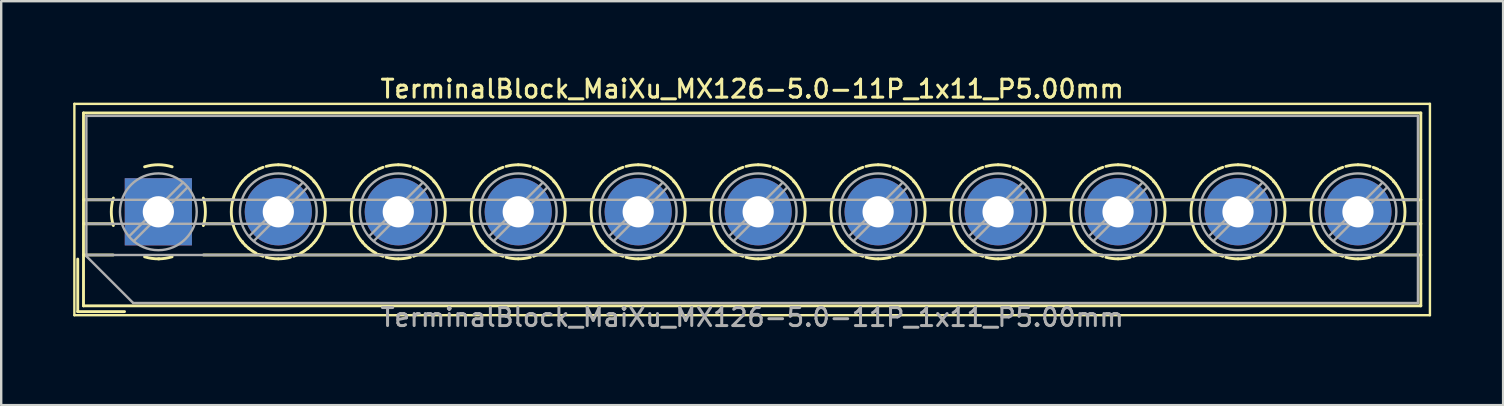
<source format=kicad_pcb>
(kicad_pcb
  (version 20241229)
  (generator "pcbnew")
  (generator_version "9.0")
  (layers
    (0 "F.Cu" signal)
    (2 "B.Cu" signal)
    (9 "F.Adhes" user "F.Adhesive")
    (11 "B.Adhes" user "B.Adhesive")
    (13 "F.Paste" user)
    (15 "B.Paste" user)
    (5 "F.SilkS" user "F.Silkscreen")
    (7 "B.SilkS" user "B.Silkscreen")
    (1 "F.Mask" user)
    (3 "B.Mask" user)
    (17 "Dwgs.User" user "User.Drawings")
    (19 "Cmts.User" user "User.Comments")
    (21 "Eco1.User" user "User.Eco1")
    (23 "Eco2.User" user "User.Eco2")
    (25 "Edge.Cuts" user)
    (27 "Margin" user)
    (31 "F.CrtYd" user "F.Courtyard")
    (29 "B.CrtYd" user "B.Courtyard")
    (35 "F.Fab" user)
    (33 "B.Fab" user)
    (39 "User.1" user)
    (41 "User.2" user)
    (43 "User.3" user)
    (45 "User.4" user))
  (footprint "TerminalBlock_MaiXu_MX126-5.0-11P_1x11_P5.00mm"
    (layer "F.Cu")
    (at 3.55 5.778)
    (property "Reference" "TerminalBlock_MaiXu_MX126-5.0-11P_1x11_P5.00mm" (at 24.75 -5.12 0) (layer "F.SilkS") (effects (font (size 0.75 0.75) (thickness 0.125))))
    (attr through_hole)
    (fp_line (start -3.5 -4.5) (end -3.5 4.31) (stroke (width 0.1) (type solid)) (layer "F.SilkS"))
    (fp_line (start -3.5 4.31) (end 53 4.31) (stroke (width 0.1) (type solid)) (layer "F.SilkS"))
    (fp_line (start -3.36 1.97) (end -3.36 4.16) (stroke (width 0.12) (type solid)) (layer "F.SilkS"))
    (fp_line (start -3.36 4.16) (end -1.41 4.16) (stroke (width 0.12) (type solid)) (layer "F.SilkS"))
    (fp_line (start -3.12 -4.12) (end -3.12 3.92) (stroke (width 0.12) (type solid)) (layer "F.SilkS"))
    (fp_line (start -3.12 -4.12) (end 52.62 -4.12) (stroke (width 0.12) (type solid)) (layer "F.SilkS"))
    (fp_line (start -3.12 -0.5) (end -1.88 -0.5) (stroke (width 0.12) (type solid)) (layer "F.SilkS"))
    (fp_line (start -3.12 0.5) (end -1.88 0.5) (stroke (width 0.12) (type solid)) (layer "F.SilkS"))
    (fp_line (start -3.12 1.8) (end -1.88 1.8) (stroke (width 0.12) (type solid)) (layer "F.SilkS"))
    (fp_line (start -3.12 3.92) (end 52.62 3.92) (stroke (width 0.12) (type solid)) (layer "F.SilkS"))
    (fp_line (start 1.88 -0.5) (end 3.165 -0.5) (stroke (width 0.12) (type solid)) (layer "F.SilkS"))
    (fp_line (start 1.88 0.5) (end 3.165 0.5) (stroke (width 0.12) (type solid)) (layer "F.SilkS"))
    (fp_line (start 1.88 1.8) (end 4.331 1.8) (stroke (width 0.12) (type solid)) (layer "F.SilkS"))
    (fp_line (start 3.514 1.248) (end 3.514 1.248) (stroke (width 0.12) (type solid)) (layer "F.SilkS"))
    (fp_line (start 5.67 1.8) (end 9.331 1.8) (stroke (width 0.12) (type solid)) (layer "F.SilkS"))
    (fp_line (start 6.487 -1.248) (end 6.487 -1.248) (stroke (width 0.12) (type solid)) (layer "F.SilkS"))
    (fp_line (start 6.836 -0.5) (end 8.165 -0.5) (stroke (width 0.12) (type solid)) (layer "F.SilkS"))
    (fp_line (start 6.836 0.5) (end 8.165 0.5) (stroke (width 0.12) (type solid)) (layer "F.SilkS"))
    (fp_line (start 8.514 1.248) (end 8.514 1.248) (stroke (width 0.12) (type solid)) (layer "F.SilkS"))
    (fp_line (start 10.67 1.8) (end 14.331 1.8) (stroke (width 0.12) (type solid)) (layer "F.SilkS"))
    (fp_line (start 11.487 -1.248) (end 11.487 -1.248) (stroke (width 0.12) (type solid)) (layer "F.SilkS"))
    (fp_line (start 11.836 -0.5) (end 13.165 -0.5) (stroke (width 0.12) (type solid)) (layer "F.SilkS"))
    (fp_line (start 11.836 0.5) (end 13.165 0.5) (stroke (width 0.12) (type solid)) (layer "F.SilkS"))
    (fp_line (start 13.514 1.248) (end 13.514 1.248) (stroke (width 0.12) (type solid)) (layer "F.SilkS"))
    (fp_line (start 15.67 1.8) (end 19.331 1.8) (stroke (width 0.12) (type solid)) (layer "F.SilkS"))
    (fp_line (start 16.487 -1.248) (end 16.487 -1.248) (stroke (width 0.12) (type solid)) (layer "F.SilkS"))
    (fp_line (start 16.836 -0.5) (end 18.165 -0.5) (stroke (width 0.12) (type solid)) (layer "F.SilkS"))
    (fp_line (start 16.836 0.5) (end 18.165 0.5) (stroke (width 0.12) (type solid)) (layer "F.SilkS"))
    (fp_line (start 18.514 1.248) (end 18.514 1.248) (stroke (width 0.12) (type solid)) (layer "F.SilkS"))
    (fp_line (start 20.67 1.8) (end 24.331 1.8) (stroke (width 0.12) (type solid)) (layer "F.SilkS"))
    (fp_line (start 21.487 -1.248) (end 21.487 -1.248) (stroke (width 0.12) (type solid)) (layer "F.SilkS"))
    (fp_line (start 21.836 -0.5) (end 23.165 -0.5) (stroke (width 0.12) (type solid)) (layer "F.SilkS"))
    (fp_line (start 21.836 0.5) (end 23.165 0.5) (stroke (width 0.12) (type solid)) (layer "F.SilkS"))
    (fp_line (start 23.514 1.248) (end 23.514 1.248) (stroke (width 0.12) (type solid)) (layer "F.SilkS"))
    (fp_line (start 25.67 1.8) (end 29.331 1.8) (stroke (width 0.12) (type solid)) (layer "F.SilkS"))
    (fp_line (start 26.487 -1.248) (end 26.487 -1.248) (stroke (width 0.12) (type solid)) (layer "F.SilkS"))
    (fp_line (start 26.836 -0.5) (end 28.165 -0.5) (stroke (width 0.12) (type solid)) (layer "F.SilkS"))
    (fp_line (start 26.836 0.5) (end 28.165 0.5) (stroke (width 0.12) (type solid)) (layer "F.SilkS"))
    (fp_line (start 28.514 1.248) (end 28.514 1.248) (stroke (width 0.12) (type solid)) (layer "F.SilkS"))
    (fp_line (start 30.67 1.8) (end 34.331 1.8) (stroke (width 0.12) (type solid)) (layer "F.SilkS"))
    (fp_line (start 31.487 -1.248) (end 31.487 -1.248) (stroke (width 0.12) (type solid)) (layer "F.SilkS"))
    (fp_line (start 31.836 -0.5) (end 33.165 -0.5) (stroke (width 0.12) (type solid)) (layer "F.SilkS"))
    (fp_line (start 31.836 0.5) (end 33.165 0.5) (stroke (width 0.12) (type solid)) (layer "F.SilkS"))
    (fp_line (start 33.514 1.248) (end 33.514 1.248) (stroke (width 0.12) (type solid)) (layer "F.SilkS"))
    (fp_line (start 35.67 1.8) (end 39.331 1.8) (stroke (width 0.12) (type solid)) (layer "F.SilkS"))
    (fp_line (start 36.487 -1.248) (end 36.487 -1.248) (stroke (width 0.12) (type solid)) (layer "F.SilkS"))
    (fp_line (start 36.836 -0.5) (end 38.165 -0.5) (stroke (width 0.12) (type solid)) (layer "F.SilkS"))
    (fp_line (start 36.836 0.5) (end 38.165 0.5) (stroke (width 0.12) (type solid)) (layer "F.SilkS"))
    (fp_line (start 38.514 1.248) (end 38.514 1.248) (stroke (width 0.12) (type solid)) (layer "F.SilkS"))
    (fp_line (start 40.67 1.8) (end 44.331 1.8) (stroke (width 0.12) (type solid)) (layer "F.SilkS"))
    (fp_line (start 41.487 -1.248) (end 41.487 -1.248) (stroke (width 0.12) (type solid)) (layer "F.SilkS"))
    (fp_line (start 41.836 -0.5) (end 43.165 -0.5) (stroke (width 0.12) (type solid)) (layer "F.SilkS"))
    (fp_line (start 41.836 0.5) (end 43.165 0.5) (stroke (width 0.12) (type solid)) (layer "F.SilkS"))
    (fp_line (start 43.514 1.248) (end 43.514 1.248) (stroke (width 0.12) (type solid)) (layer "F.SilkS"))
    (fp_line (start 45.67 1.8) (end 49.331 1.8) (stroke (width 0.12) (type solid)) (layer "F.SilkS"))
    (fp_line (start 46.487 -1.248) (end 46.487 -1.248) (stroke (width 0.12) (type solid)) (layer "F.SilkS"))
    (fp_line (start 46.836 -0.5) (end 48.165 -0.5) (stroke (width 0.12) (type solid)) (layer "F.SilkS"))
    (fp_line (start 46.836 0.5) (end 48.165 0.5) (stroke (width 0.12) (type solid)) (layer "F.SilkS"))
    (fp_line (start 48.514 1.248) (end 48.514 1.248) (stroke (width 0.12) (type solid)) (layer "F.SilkS"))
    (fp_line (start 50.67 1.8) (end 52.62 1.8) (stroke (width 0.12) (type solid)) (layer "F.SilkS"))
    (fp_line (start 51.487 -1.248) (end 51.487 -1.248) (stroke (width 0.12) (type solid)) (layer "F.SilkS"))
    (fp_line (start 51.836 -0.5) (end 52.62 -0.5) (stroke (width 0.12) (type solid)) (layer "F.SilkS"))
    (fp_line (start 51.836 0.5) (end 52.62 0.5) (stroke (width 0.12) (type solid)) (layer "F.SilkS"))
    (fp_line (start 52.62 -4.12) (end 52.62 3.92) (stroke (width 0.12) (type solid)) (layer "F.SilkS"))
    (fp_line (start 53 -4.5) (end -3.5 -4.5) (stroke (width 0.1) (type solid)) (layer "F.SilkS"))
    (fp_line (start 53 4.31) (end 53 -4.5) (stroke (width 0.1) (type solid)) (layer "F.SilkS"))
    (fp_arc (start -1.875422 0.572619) (mid -1.960893 -0.000722) (end -1.875 -0.574) (stroke (width 0.12) (type solid)) (layer "F.SilkS"))
    (fp_arc (start -0.572619 -1.875422) (mid 0.000722 -1.960893) (end 0.574 -1.875) (stroke (width 0.12) (type solid)) (layer "F.SilkS"))
    (fp_arc (start 0.0335 1.960607) (mid -0.273618 1.941709) (end -0.574 1.875) (stroke (width 0.12) (type solid)) (layer "F.SilkS"))
    (fp_arc (start 0.573049 1.874357) (mid 0.289706 1.938471) (end 0 1.96) (stroke (width 0.12) (type solid)) (layer "F.SilkS"))
    (fp_arc (start 1.875422 -0.572619) (mid 1.960893 0.000722) (end 1.875 0.574) (stroke (width 0.12) (type solid)) (layer "F.SilkS"))
    (fp_arc (start 3.434339 1.179122) (mid 3.039994 -0.000549) (end 3.435 -1.18) (stroke (width 0.12) (type solid)) (layer "F.SilkS"))
    (fp_arc (start 3.434826 -1.180695) (mid 3.476985 -1.2346) (end 3.521 -1.287) (stroke (width 0.12) (type solid)) (layer "F.SilkS"))
    (fp_arc (start 3.521125 1.286294) (mid 3.477135 1.233899) (end 3.435 1.18) (stroke (width 0.12) (type solid)) (layer "F.SilkS"))
    (fp_arc (start 3.521202 -1.287012) (mid 3.578748 -1.350291) (end 3.639 -1.411) (stroke (width 0.12) (type solid)) (layer "F.SilkS"))
    (fp_arc (start 3.63871 1.41001) (mid 3.578502 1.349289) (end 3.521 1.286) (stroke (width 0.12) (type solid)) (layer "F.SilkS"))
    (fp_arc (start 3.638867 -1.410738) (mid 3.701698 -1.468767) (end 3.767 -1.524) (stroke (width 0.12) (type solid)) (layer "F.SilkS"))
    (fp_arc (start 3.767069 1.523253) (mid 3.701799 1.468024) (end 3.639 1.41) (stroke (width 0.12) (type solid)) (layer "F.SilkS"))
    (fp_arc (start 3.767452 -1.524377) (mid 3.835117 -1.576689) (end 3.905 -1.626) (stroke (width 0.12) (type solid)) (layer "F.SilkS"))
    (fp_arc (start 3.904517 1.625664) (mid 3.834649 1.576332) (end 3.767 1.524) (stroke (width 0.12) (type solid)) (layer "F.SilkS"))
    (fp_arc (start 3.93363 -1.644317) (mid 4.00637 -1.689266) (end 4.081 -1.731) (stroke (width 0.12) (type solid)) (layer "F.SilkS"))
    (fp_arc (start 4.080344 1.730739) (mid 4.005726 1.688977) (end 3.933 1.644) (stroke (width 0.12) (type solid)) (layer "F.SilkS"))
    (fp_arc (start 4.172694 -1.777259) (mid 4.266842 -1.818121) (end 4.363 -1.854) (stroke (width 0.12) (type solid)) (layer "F.SilkS"))
    (fp_arc (start 4.362283 1.853815) (mid 4.266136 1.817899) (end 4.172 1.777) (stroke (width 0.12) (type solid)) (layer "F.SilkS"))
    (fp_arc (start 4.493681 -1.893473) (mid 4.74516 -1.943362) (end 5.001 -1.96) (stroke (width 0.12) (type solid)) (layer "F.SilkS"))
    (fp_arc (start 5.000479 1.960685) (mid 4.744554 1.943973) (end 4.493 1.894) (stroke (width 0.12) (type solid)) (layer "F.SilkS"))
    (fp_arc (start 5.000487 -1.960944) (mid 5.256437 -1.944104) (end 5.508 -1.894) (stroke (width 0.12) (type solid)) (layer "F.SilkS"))
    (fp_arc (start 5.507285 1.893215) (mid 5.255831 1.943232) (end 5 1.96) (stroke (width 0.12) (type solid)) (layer "F.SilkS"))
    (fp_arc (start 5.638712 -1.85392) (mid 5.734863 -1.817951) (end 5.829 -1.777) (stroke (width 0.12) (type solid)) (layer "F.SilkS"))
    (fp_arc (start 5.829295 1.77705) (mid 5.735155 1.818016) (end 5.639 1.854) (stroke (width 0.12) (type solid)) (layer "F.SilkS"))
    (fp_arc (start 5.920652 -1.730826) (mid 5.995273 -1.689021) (end 6.068 -1.644) (stroke (width 0.12) (type solid)) (layer "F.SilkS"))
    (fp_arc (start 6.068362 1.644143) (mid 5.995629 1.689179) (end 5.921 1.731) (stroke (width 0.12) (type solid)) (layer "F.SilkS"))
    (fp_arc (start 6.096479 -1.625751) (mid 6.16635 -1.576376) (end 6.234 -1.524) (stroke (width 0.12) (type solid)) (layer "F.SilkS"))
    (fp_arc (start 6.233457 1.523294) (mid 6.165838 1.575647) (end 6.096 1.625) (stroke (width 0.12) (type solid)) (layer "F.SilkS"))
    (fp_arc (start 6.233928 -1.523341) (mid 6.2992 -1.468068) (end 6.362 -1.41) (stroke (width 0.12) (type solid)) (layer "F.SilkS"))
    (fp_arc (start 6.36213 1.410651) (mid 6.299301 1.468723) (end 6.234 1.524) (stroke (width 0.12) (type solid)) (layer "F.SilkS"))
    (fp_arc (start 6.362286 -1.410097) (mid 6.422497 -1.349333) (end 6.48 -1.286) (stroke (width 0.12) (type solid)) (layer "F.SilkS"))
    (fp_arc (start 6.479707 1.285928) (mid 6.422207 1.349248) (end 6.362 1.41) (stroke (width 0.12) (type solid)) (layer "F.SilkS"))
    (fp_arc (start 6.479873 -1.286364) (mid 6.523865 -1.233934) (end 6.566 -1.18) (stroke (width 0.12) (type solid)) (layer "F.SilkS"))
    (fp_arc (start 6.565937 -1.180084) (mid 6.960805 -0.000052) (end 6.566 1.18) (stroke (width 0.12) (type solid)) (layer "F.SilkS"))
    (fp_arc (start 6.566102 1.179628) (mid 6.523979 1.233565) (end 6.48 1.286) (stroke (width 0.12) (type solid)) (layer "F.SilkS"))
    (fp_arc (start 8.434339 1.179122) (mid 8.039994 -0.000549) (end 8.435 -1.18) (stroke (width 0.12) (type solid)) (layer "F.SilkS"))
    (fp_arc (start 8.434826 -1.180695) (mid 8.476985 -1.2346) (end 8.521 -1.287) (stroke (width 0.12) (type solid)) (layer "F.SilkS"))
    (fp_arc (start 8.521125 1.286294) (mid 8.477135 1.233899) (end 8.435 1.18) (stroke (width 0.12) (type solid)) (layer "F.SilkS"))
    (fp_arc (start 8.521202 -1.287012) (mid 8.578748 -1.350291) (end 8.639 -1.411) (stroke (width 0.12) (type solid)) (layer "F.SilkS"))
    (fp_arc (start 8.63871 1.41001) (mid 8.578502 1.349289) (end 8.521 1.286) (stroke (width 0.12) (type solid)) (layer "F.SilkS"))
    (fp_arc (start 8.638867 -1.410738) (mid 8.701698 -1.468767) (end 8.767 -1.524) (stroke (width 0.12) (type solid)) (layer "F.SilkS"))
    (fp_arc (start 8.767069 1.523253) (mid 8.701799 1.468024) (end 8.639 1.41) (stroke (width 0.12) (type solid)) (layer "F.SilkS"))
    (fp_arc (start 8.767452 -1.524377) (mid 8.835117 -1.576689) (end 8.905 -1.626) (stroke (width 0.12) (type solid)) (layer "F.SilkS"))
    (fp_arc (start 8.904517 1.625664) (mid 8.834649 1.576332) (end 8.767 1.524) (stroke (width 0.12) (type solid)) (layer "F.SilkS"))
    (fp_arc (start 8.93363 -1.644317) (mid 9.00637 -1.689266) (end 9.081 -1.731) (stroke (width 0.12) (type solid)) (layer "F.SilkS"))
    (fp_arc (start 9.080344 1.730739) (mid 9.005726 1.688977) (end 8.933 1.644) (stroke (width 0.12) (type solid)) (layer "F.SilkS"))
    (fp_arc (start 9.172694 -1.777259) (mid 9.266842 -1.818121) (end 9.363 -1.854) (stroke (width 0.12) (type solid)) (layer "F.SilkS"))
    (fp_arc (start 9.362283 1.853815) (mid 9.266136 1.817899) (end 9.172 1.777) (stroke (width 0.12) (type solid)) (layer "F.SilkS"))
    (fp_arc (start 9.493681 -1.893473) (mid 9.74516 -1.943362) (end 10.001 -1.96) (stroke (width 0.12) (type solid)) (layer "F.SilkS"))
    (fp_arc (start 10.000479 1.960685) (mid 9.744554 1.943973) (end 9.493 1.894) (stroke (width 0.12) (type solid)) (layer "F.SilkS"))
    (fp_arc (start 10.000487 -1.960944) (mid 10.256437 -1.944104) (end 10.508 -1.894) (stroke (width 0.12) (type solid)) (layer "F.SilkS"))
    (fp_arc (start 10.507285 1.893215) (mid 10.255831 1.943232) (end 10 1.96) (stroke (width 0.12) (type solid)) (layer "F.SilkS"))
    (fp_arc (start 10.638712 -1.85392) (mid 10.734863 -1.817951) (end 10.829 -1.777) (stroke (width 0.12) (type solid)) (layer "F.SilkS"))
    (fp_arc (start 10.829295 1.77705) (mid 10.735155 1.818016) (end 10.639 1.854) (stroke (width 0.12) (type solid)) (layer "F.SilkS"))
    (fp_arc (start 10.920652 -1.730826) (mid 10.995273 -1.689021) (end 11.068 -1.644) (stroke (width 0.12) (type solid)) (layer "F.SilkS"))
    (fp_arc (start 11.068362 1.644143) (mid 10.995629 1.689179) (end 10.921 1.731) (stroke (width 0.12) (type solid)) (layer "F.SilkS"))
    (fp_arc (start 11.096479 -1.625751) (mid 11.16635 -1.576376) (end 11.234 -1.524) (stroke (width 0.12) (type solid)) (layer "F.SilkS"))
    (fp_arc (start 11.233457 1.523294) (mid 11.165838 1.575647) (end 11.096 1.625) (stroke (width 0.12) (type solid)) (layer "F.SilkS"))
    (fp_arc (start 11.233928 -1.523341) (mid 11.2992 -1.468068) (end 11.362 -1.41) (stroke (width 0.12) (type solid)) (layer "F.SilkS"))
    (fp_arc (start 11.36213 1.410651) (mid 11.299301 1.468723) (end 11.234 1.524) (stroke (width 0.12) (type solid)) (layer "F.SilkS"))
    (fp_arc (start 11.362286 -1.410097) (mid 11.422497 -1.349333) (end 11.48 -1.286) (stroke (width 0.12) (type solid)) (layer "F.SilkS"))
    (fp_arc (start 11.479707 1.285928) (mid 11.422207 1.349248) (end 11.362 1.41) (stroke (width 0.12) (type solid)) (layer "F.SilkS"))
    (fp_arc (start 11.479873 -1.286364) (mid 11.523865 -1.233934) (end 11.566 -1.18) (stroke (width 0.12) (type solid)) (layer "F.SilkS"))
    (fp_arc (start 11.565937 -1.180084) (mid 11.960805 -0.000052) (end 11.566 1.18) (stroke (width 0.12) (type solid)) (layer "F.SilkS"))
    (fp_arc (start 11.566102 1.179628) (mid 11.523979 1.233565) (end 11.48 1.286) (stroke (width 0.12) (type solid)) (layer "F.SilkS"))
    (fp_arc (start 13.434339 1.179122) (mid 13.039994 -0.000549) (end 13.435 -1.18) (stroke (width 0.12) (type solid)) (layer "F.SilkS"))
    (fp_arc (start 13.434826 -1.180695) (mid 13.476985 -1.2346) (end 13.521 -1.287) (stroke (width 0.12) (type solid)) (layer "F.SilkS"))
    (fp_arc (start 13.521125 1.286294) (mid 13.477135 1.233899) (end 13.435 1.18) (stroke (width 0.12) (type solid)) (layer "F.SilkS"))
    (fp_arc (start 13.521202 -1.287012) (mid 13.578748 -1.350291) (end 13.639 -1.411) (stroke (width 0.12) (type solid)) (layer "F.SilkS"))
    (fp_arc (start 13.63871 1.41001) (mid 13.578502 1.349289) (end 13.521 1.286) (stroke (width 0.12) (type solid)) (layer "F.SilkS"))
    (fp_arc (start 13.638867 -1.410738) (mid 13.701698 -1.468767) (end 13.767 -1.524) (stroke (width 0.12) (type solid)) (layer "F.SilkS"))
    (fp_arc (start 13.767069 1.523253) (mid 13.701799 1.468024) (end 13.639 1.41) (stroke (width 0.12) (type solid)) (layer "F.SilkS"))
    (fp_arc (start 13.767452 -1.524377) (mid 13.835117 -1.576689) (end 13.905 -1.626) (stroke (width 0.12) (type solid)) (layer "F.SilkS"))
    (fp_arc (start 13.904517 1.625664) (mid 13.834649 1.576332) (end 13.767 1.524) (stroke (width 0.12) (type solid)) (layer "F.SilkS"))
    (fp_arc (start 13.93363 -1.644317) (mid 14.00637 -1.689266) (end 14.081 -1.731) (stroke (width 0.12) (type solid)) (layer "F.SilkS"))
    (fp_arc (start 14.080344 1.730739) (mid 14.005726 1.688977) (end 13.933 1.644) (stroke (width 0.12) (type solid)) (layer "F.SilkS"))
    (fp_arc (start 14.172694 -1.777259) (mid 14.266842 -1.818121) (end 14.363 -1.854) (stroke (width 0.12) (type solid)) (layer "F.SilkS"))
    (fp_arc (start 14.362283 1.853815) (mid 14.266136 1.817899) (end 14.172 1.777) (stroke (width 0.12) (type solid)) (layer "F.SilkS"))
    (fp_arc (start 14.493681 -1.893473) (mid 14.74516 -1.943362) (end 15.001 -1.96) (stroke (width 0.12) (type solid)) (layer "F.SilkS"))
    (fp_arc (start 15.000479 1.960685) (mid 14.744554 1.943973) (end 14.493 1.894) (stroke (width 0.12) (type solid)) (layer "F.SilkS"))
    (fp_arc (start 15.000487 -1.960944) (mid 15.256437 -1.944104) (end 15.508 -1.894) (stroke (width 0.12) (type solid)) (layer "F.SilkS"))
    (fp_arc (start 15.507285 1.893215) (mid 15.255831 1.943232) (end 15 1.96) (stroke (width 0.12) (type solid)) (layer "F.SilkS"))
    (fp_arc (start 15.638712 -1.85392) (mid 15.734863 -1.817951) (end 15.829 -1.777) (stroke (width 0.12) (type solid)) (layer "F.SilkS"))
    (fp_arc (start 15.829295 1.77705) (mid 15.735155 1.818016) (end 15.639 1.854) (stroke (width 0.12) (type solid)) (layer "F.SilkS"))
    (fp_arc (start 15.920652 -1.730826) (mid 15.995273 -1.689021) (end 16.068 -1.644) (stroke (width 0.12) (type solid)) (layer "F.SilkS"))
    (fp_arc (start 16.068362 1.644143) (mid 15.995629 1.689179) (end 15.921 1.731) (stroke (width 0.12) (type solid)) (layer "F.SilkS"))
    (fp_arc (start 16.096479 -1.625751) (mid 16.16635 -1.576376) (end 16.234 -1.524) (stroke (width 0.12) (type solid)) (layer "F.SilkS"))
    (fp_arc (start 16.233457 1.523294) (mid 16.165838 1.575647) (end 16.096 1.625) (stroke (width 0.12) (type solid)) (layer "F.SilkS"))
    (fp_arc (start 16.233928 -1.523341) (mid 16.2992 -1.468068) (end 16.362 -1.41) (stroke (width 0.12) (type solid)) (layer "F.SilkS"))
    (fp_arc (start 16.36213 1.410651) (mid 16.299301 1.468723) (end 16.234 1.524) (stroke (width 0.12) (type solid)) (layer "F.SilkS"))
    (fp_arc (start 16.362286 -1.410097) (mid 16.422497 -1.349333) (end 16.48 -1.286) (stroke (width 0.12) (type solid)) (layer "F.SilkS"))
    (fp_arc (start 16.479707 1.285928) (mid 16.422207 1.349248) (end 16.362 1.41) (stroke (width 0.12) (type solid)) (layer "F.SilkS"))
    (fp_arc (start 16.479873 -1.286364) (mid 16.523865 -1.233934) (end 16.566 -1.18) (stroke (width 0.12) (type solid)) (layer "F.SilkS"))
    (fp_arc (start 16.565937 -1.180084) (mid 16.960805 -0.000052) (end 16.566 1.18) (stroke (width 0.12) (type solid)) (layer "F.SilkS"))
    (fp_arc (start 16.566102 1.179628) (mid 16.523979 1.233565) (end 16.48 1.286) (stroke (width 0.12) (type solid)) (layer "F.SilkS"))
    (fp_arc (start 18.434339 1.179122) (mid 18.039994 -0.000549) (end 18.435 -1.18) (stroke (width 0.12) (type solid)) (layer "F.SilkS"))
    (fp_arc (start 18.434826 -1.180695) (mid 18.476985 -1.2346) (end 18.521 -1.287) (stroke (width 0.12) (type solid)) (layer "F.SilkS"))
    (fp_arc (start 18.521125 1.286294) (mid 18.477135 1.233899) (end 18.435 1.18) (stroke (width 0.12) (type solid)) (layer "F.SilkS"))
    (fp_arc (start 18.521202 -1.287012) (mid 18.578748 -1.350291) (end 18.639 -1.411) (stroke (width 0.12) (type solid)) (layer "F.SilkS"))
    (fp_arc (start 18.63871 1.41001) (mid 18.578502 1.349289) (end 18.521 1.286) (stroke (width 0.12) (type solid)) (layer "F.SilkS"))
    (fp_arc (start 18.638867 -1.410738) (mid 18.701698 -1.468767) (end 18.767 -1.524) (stroke (width 0.12) (type solid)) (layer "F.SilkS"))
    (fp_arc (start 18.767069 1.523253) (mid 18.701799 1.468024) (end 18.639 1.41) (stroke (width 0.12) (type solid)) (layer "F.SilkS"))
    (fp_arc (start 18.767452 -1.524377) (mid 18.835117 -1.576689) (end 18.905 -1.626) (stroke (width 0.12) (type solid)) (layer "F.SilkS"))
    (fp_arc (start 18.904517 1.625664) (mid 18.834649 1.576332) (end 18.767 1.524) (stroke (width 0.12) (type solid)) (layer "F.SilkS"))
    (fp_arc (start 18.93363 -1.644317) (mid 19.00637 -1.689266) (end 19.081 -1.731) (stroke (width 0.12) (type solid)) (layer "F.SilkS"))
    (fp_arc (start 19.080344 1.730739) (mid 19.005726 1.688977) (end 18.933 1.644) (stroke (width 0.12) (type solid)) (layer "F.SilkS"))
    (fp_arc (start 19.172694 -1.777259) (mid 19.266842 -1.818121) (end 19.363 -1.854) (stroke (width 0.12) (type solid)) (layer "F.SilkS"))
    (fp_arc (start 19.362283 1.853815) (mid 19.266136 1.817899) (end 19.172 1.777) (stroke (width 0.12) (type solid)) (layer "F.SilkS"))
    (fp_arc (start 19.493681 -1.893473) (mid 19.74516 -1.943362) (end 20.001 -1.96) (stroke (width 0.12) (type solid)) (layer "F.SilkS"))
    (fp_arc (start 20.000479 1.960685) (mid 19.744554 1.943973) (end 19.493 1.894) (stroke (width 0.12) (type solid)) (layer "F.SilkS"))
    (fp_arc (start 20.000487 -1.960944) (mid 20.256437 -1.944104) (end 20.508 -1.894) (stroke (width 0.12) (type solid)) (layer "F.SilkS"))
    (fp_arc (start 20.507285 1.893215) (mid 20.255831 1.943232) (end 20 1.96) (stroke (width 0.12) (type solid)) (layer "F.SilkS"))
    (fp_arc (start 20.638712 -1.85392) (mid 20.734863 -1.817951) (end 20.829 -1.777) (stroke (width 0.12) (type solid)) (layer "F.SilkS"))
    (fp_arc (start 20.829295 1.77705) (mid 20.735155 1.818016) (end 20.639 1.854) (stroke (width 0.12) (type solid)) (layer "F.SilkS"))
    (fp_arc (start 20.920652 -1.730826) (mid 20.995273 -1.689021) (end 21.068 -1.644) (stroke (width 0.12) (type solid)) (layer "F.SilkS"))
    (fp_arc (start 21.068362 1.644143) (mid 20.995629 1.689179) (end 20.921 1.731) (stroke (width 0.12) (type solid)) (layer "F.SilkS"))
    (fp_arc (start 21.096479 -1.625751) (mid 21.16635 -1.576376) (end 21.234 -1.524) (stroke (width 0.12) (type solid)) (layer "F.SilkS"))
    (fp_arc (start 21.233457 1.523294) (mid 21.165838 1.575647) (end 21.096 1.625) (stroke (width 0.12) (type solid)) (layer "F.SilkS"))
    (fp_arc (start 21.233928 -1.523341) (mid 21.2992 -1.468068) (end 21.362 -1.41) (stroke (width 0.12) (type solid)) (layer "F.SilkS"))
    (fp_arc (start 21.36213 1.410651) (mid 21.299301 1.468723) (end 21.234 1.524) (stroke (width 0.12) (type solid)) (layer "F.SilkS"))
    (fp_arc (start 21.362286 -1.410097) (mid 21.422497 -1.349333) (end 21.48 -1.286) (stroke (width 0.12) (type solid)) (layer "F.SilkS"))
    (fp_arc (start 21.479707 1.285928) (mid 21.422207 1.349248) (end 21.362 1.41) (stroke (width 0.12) (type solid)) (layer "F.SilkS"))
    (fp_arc (start 21.479873 -1.286364) (mid 21.523865 -1.233934) (end 21.566 -1.18) (stroke (width 0.12) (type solid)) (layer "F.SilkS"))
    (fp_arc (start 21.565937 -1.180084) (mid 21.960805 -0.000052) (end 21.566 1.18) (stroke (width 0.12) (type solid)) (layer "F.SilkS"))
    (fp_arc (start 21.566102 1.179628) (mid 21.523979 1.233565) (end 21.48 1.286) (stroke (width 0.12) (type solid)) (layer "F.SilkS"))
    (fp_arc (start 23.434339 1.179122) (mid 23.039994 -0.000549) (end 23.435 -1.18) (stroke (width 0.12) (type solid)) (layer "F.SilkS"))
    (fp_arc (start 23.434826 -1.180695) (mid 23.476985 -1.2346) (end 23.521 -1.287) (stroke (width 0.12) (type solid)) (layer "F.SilkS"))
    (fp_arc (start 23.521125 1.286294) (mid 23.477135 1.233899) (end 23.435 1.18) (stroke (width 0.12) (type solid)) (layer "F.SilkS"))
    (fp_arc (start 23.521202 -1.287012) (mid 23.578748 -1.350291) (end 23.639 -1.411) (stroke (width 0.12) (type solid)) (layer "F.SilkS"))
    (fp_arc (start 23.63871 1.41001) (mid 23.578502 1.349289) (end 23.521 1.286) (stroke (width 0.12) (type solid)) (layer "F.SilkS"))
    (fp_arc (start 23.638867 -1.410738) (mid 23.701698 -1.468767) (end 23.767 -1.524) (stroke (width 0.12) (type solid)) (layer "F.SilkS"))
    (fp_arc (start 23.767069 1.523253) (mid 23.701799 1.468024) (end 23.639 1.41) (stroke (width 0.12) (type solid)) (layer "F.SilkS"))
    (fp_arc (start 23.767452 -1.524377) (mid 23.835117 -1.576689) (end 23.905 -1.626) (stroke (width 0.12) (type solid)) (layer "F.SilkS"))
    (fp_arc (start 23.904517 1.625664) (mid 23.834649 1.576332) (end 23.767 1.524) (stroke (width 0.12) (type solid)) (layer "F.SilkS"))
    (fp_arc (start 23.93363 -1.644317) (mid 24.00637 -1.689266) (end 24.081 -1.731) (stroke (width 0.12) (type solid)) (layer "F.SilkS"))
    (fp_arc (start 24.080344 1.730739) (mid 24.005726 1.688977) (end 23.933 1.644) (stroke (width 0.12) (type solid)) (layer "F.SilkS"))
    (fp_arc (start 24.172694 -1.777259) (mid 24.266842 -1.818121) (end 24.363 -1.854) (stroke (width 0.12) (type solid)) (layer "F.SilkS"))
    (fp_arc (start 24.362283 1.853815) (mid 24.266136 1.817899) (end 24.172 1.777) (stroke (width 0.12) (type solid)) (layer "F.SilkS"))
    (fp_arc (start 24.493681 -1.893473) (mid 24.74516 -1.943362) (end 25.001 -1.96) (stroke (width 0.12) (type solid)) (layer "F.SilkS"))
    (fp_arc (start 25.000479 1.960685) (mid 24.744554 1.943973) (end 24.493 1.894) (stroke (width 0.12) (type solid)) (layer "F.SilkS"))
    (fp_arc (start 25.000487 -1.960944) (mid 25.256437 -1.944104) (end 25.508 -1.894) (stroke (width 0.12) (type solid)) (layer "F.SilkS"))
    (fp_arc (start 25.507285 1.893215) (mid 25.255831 1.943232) (end 25 1.96) (stroke (width 0.12) (type solid)) (layer "F.SilkS"))
    (fp_arc (start 25.638712 -1.85392) (mid 25.734863 -1.817951) (end 25.829 -1.777) (stroke (width 0.12) (type solid)) (layer "F.SilkS"))
    (fp_arc (start 25.829295 1.77705) (mid 25.735155 1.818016) (end 25.639 1.854) (stroke (width 0.12) (type solid)) (layer "F.SilkS"))
    (fp_arc (start 25.920652 -1.730826) (mid 25.995273 -1.689021) (end 26.068 -1.644) (stroke (width 0.12) (type solid)) (layer "F.SilkS"))
    (fp_arc (start 26.068362 1.644143) (mid 25.995629 1.689179) (end 25.921 1.731) (stroke (width 0.12) (type solid)) (layer "F.SilkS"))
    (fp_arc (start 26.096479 -1.625751) (mid 26.16635 -1.576376) (end 26.234 -1.524) (stroke (width 0.12) (type solid)) (layer "F.SilkS"))
    (fp_arc (start 26.233457 1.523294) (mid 26.165838 1.575647) (end 26.096 1.625) (stroke (width 0.12) (type solid)) (layer "F.SilkS"))
    (fp_arc (start 26.233928 -1.523341) (mid 26.2992 -1.468068) (end 26.362 -1.41) (stroke (width 0.12) (type solid)) (layer "F.SilkS"))
    (fp_arc (start 26.36213 1.410651) (mid 26.299301 1.468723) (end 26.234 1.524) (stroke (width 0.12) (type solid)) (layer "F.SilkS"))
    (fp_arc (start 26.362286 -1.410097) (mid 26.422497 -1.349333) (end 26.48 -1.286) (stroke (width 0.12) (type solid)) (layer "F.SilkS"))
    (fp_arc (start 26.479707 1.285928) (mid 26.422207 1.349248) (end 26.362 1.41) (stroke (width 0.12) (type solid)) (layer "F.SilkS"))
    (fp_arc (start 26.479873 -1.286364) (mid 26.523865 -1.233934) (end 26.566 -1.18) (stroke (width 0.12) (type solid)) (layer "F.SilkS"))
    (fp_arc (start 26.565937 -1.180084) (mid 26.960805 -0.000052) (end 26.566 1.18) (stroke (width 0.12) (type solid)) (layer "F.SilkS"))
    (fp_arc (start 26.566102 1.179628) (mid 26.523979 1.233565) (end 26.48 1.286) (stroke (width 0.12) (type solid)) (layer "F.SilkS"))
    (fp_arc (start 28.434339 1.179122) (mid 28.039994 -0.000549) (end 28.435 -1.18) (stroke (width 0.12) (type solid)) (layer "F.SilkS"))
    (fp_arc (start 28.434826 -1.180695) (mid 28.476985 -1.2346) (end 28.521 -1.287) (stroke (width 0.12) (type solid)) (layer "F.SilkS"))
    (fp_arc (start 28.521125 1.286294) (mid 28.477135 1.233899) (end 28.435 1.18) (stroke (width 0.12) (type solid)) (layer "F.SilkS"))
    (fp_arc (start 28.521202 -1.287012) (mid 28.578748 -1.350291) (end 28.639 -1.411) (stroke (width 0.12) (type solid)) (layer "F.SilkS"))
    (fp_arc (start 28.63871 1.41001) (mid 28.578502 1.349289) (end 28.521 1.286) (stroke (width 0.12) (type solid)) (layer "F.SilkS"))
    (fp_arc (start 28.638867 -1.410738) (mid 28.701698 -1.468767) (end 28.767 -1.524) (stroke (width 0.12) (type solid)) (layer "F.SilkS"))
    (fp_arc (start 28.767069 1.523253) (mid 28.701799 1.468024) (end 28.639 1.41) (stroke (width 0.12) (type solid)) (layer "F.SilkS"))
    (fp_arc (start 28.767452 -1.524377) (mid 28.835117 -1.576689) (end 28.905 -1.626) (stroke (width 0.12) (type solid)) (layer "F.SilkS"))
    (fp_arc (start 28.904517 1.625664) (mid 28.834649 1.576332) (end 28.767 1.524) (stroke (width 0.12) (type solid)) (layer "F.SilkS"))
    (fp_arc (start 28.93363 -1.644317) (mid 29.00637 -1.689266) (end 29.081 -1.731) (stroke (width 0.12) (type solid)) (layer "F.SilkS"))
    (fp_arc (start 29.080344 1.730739) (mid 29.005726 1.688977) (end 28.933 1.644) (stroke (width 0.12) (type solid)) (layer "F.SilkS"))
    (fp_arc (start 29.172694 -1.777259) (mid 29.266842 -1.818121) (end 29.363 -1.854) (stroke (width 0.12) (type solid)) (layer "F.SilkS"))
    (fp_arc (start 29.362283 1.853815) (mid 29.266136 1.817899) (end 29.172 1.777) (stroke (width 0.12) (type solid)) (layer "F.SilkS"))
    (fp_arc (start 29.493681 -1.893473) (mid 29.74516 -1.943362) (end 30.001 -1.96) (stroke (width 0.12) (type solid)) (layer "F.SilkS"))
    (fp_arc (start 30.000479 1.960685) (mid 29.744554 1.943973) (end 29.493 1.894) (stroke (width 0.12) (type solid)) (layer "F.SilkS"))
    (fp_arc (start 30.000487 -1.960944) (mid 30.256437 -1.944104) (end 30.508 -1.894) (stroke (width 0.12) (type solid)) (layer "F.SilkS"))
    (fp_arc (start 30.507285 1.893215) (mid 30.255831 1.943232) (end 30 1.96) (stroke (width 0.12) (type solid)) (layer "F.SilkS"))
    (fp_arc (start 30.638712 -1.85392) (mid 30.734863 -1.817951) (end 30.829 -1.777) (stroke (width 0.12) (type solid)) (layer "F.SilkS"))
    (fp_arc (start 30.829295 1.77705) (mid 30.735155 1.818016) (end 30.639 1.854) (stroke (width 0.12) (type solid)) (layer "F.SilkS"))
    (fp_arc (start 30.920652 -1.730826) (mid 30.995273 -1.689021) (end 31.068 -1.644) (stroke (width 0.12) (type solid)) (layer "F.SilkS"))
    (fp_arc (start 31.068362 1.644143) (mid 30.995629 1.689179) (end 30.921 1.731) (stroke (width 0.12) (type solid)) (layer "F.SilkS"))
    (fp_arc (start 31.096479 -1.625751) (mid 31.16635 -1.576376) (end 31.234 -1.524) (stroke (width 0.12) (type solid)) (layer "F.SilkS"))
    (fp_arc (start 31.233457 1.523294) (mid 31.165838 1.575647) (end 31.096 1.625) (stroke (width 0.12) (type solid)) (layer "F.SilkS"))
    (fp_arc (start 31.233928 -1.523341) (mid 31.2992 -1.468068) (end 31.362 -1.41) (stroke (width 0.12) (type solid)) (layer "F.SilkS"))
    (fp_arc (start 31.36213 1.410651) (mid 31.299301 1.468723) (end 31.234 1.524) (stroke (width 0.12) (type solid)) (layer "F.SilkS"))
    (fp_arc (start 31.362286 -1.410097) (mid 31.422497 -1.349333) (end 31.48 -1.286) (stroke (width 0.12) (type solid)) (layer "F.SilkS"))
    (fp_arc (start 31.479707 1.285928) (mid 31.422207 1.349248) (end 31.362 1.41) (stroke (width 0.12) (type solid)) (layer "F.SilkS"))
    (fp_arc (start 31.479873 -1.286364) (mid 31.523865 -1.233934) (end 31.566 -1.18) (stroke (width 0.12) (type solid)) (layer "F.SilkS"))
    (fp_arc (start 31.565937 -1.180084) (mid 31.960805 -0.000052) (end 31.566 1.18) (stroke (width 0.12) (type solid)) (layer "F.SilkS"))
    (fp_arc (start 31.566102 1.179628) (mid 31.523979 1.233565) (end 31.48 1.286) (stroke (width 0.12) (type solid)) (layer "F.SilkS"))
    (fp_arc (start 33.434339 1.179122) (mid 33.039994 -0.000549) (end 33.435 -1.18) (stroke (width 0.12) (type solid)) (layer "F.SilkS"))
    (fp_arc (start 33.434826 -1.180695) (mid 33.476985 -1.2346) (end 33.521 -1.287) (stroke (width 0.12) (type solid)) (layer "F.SilkS"))
    (fp_arc (start 33.521125 1.286294) (mid 33.477135 1.233899) (end 33.435 1.18) (stroke (width 0.12) (type solid)) (layer "F.SilkS"))
    (fp_arc (start 33.521202 -1.287012) (mid 33.578748 -1.350291) (end 33.639 -1.411) (stroke (width 0.12) (type solid)) (layer "F.SilkS"))
    (fp_arc (start 33.63871 1.41001) (mid 33.578502 1.349289) (end 33.521 1.286) (stroke (width 0.12) (type solid)) (layer "F.SilkS"))
    (fp_arc (start 33.638867 -1.410738) (mid 33.701698 -1.468767) (end 33.767 -1.524) (stroke (width 0.12) (type solid)) (layer "F.SilkS"))
    (fp_arc (start 33.767069 1.523253) (mid 33.701799 1.468024) (end 33.639 1.41) (stroke (width 0.12) (type solid)) (layer "F.SilkS"))
    (fp_arc (start 33.767452 -1.524377) (mid 33.835117 -1.576689) (end 33.905 -1.626) (stroke (width 0.12) (type solid)) (layer "F.SilkS"))
    (fp_arc (start 33.904517 1.625664) (mid 33.834649 1.576332) (end 33.767 1.524) (stroke (width 0.12) (type solid)) (layer "F.SilkS"))
    (fp_arc (start 33.93363 -1.644317) (mid 34.00637 -1.689266) (end 34.081 -1.731) (stroke (width 0.12) (type solid)) (layer "F.SilkS"))
    (fp_arc (start 34.080344 1.730739) (mid 34.005726 1.688977) (end 33.933 1.644) (stroke (width 0.12) (type solid)) (layer "F.SilkS"))
    (fp_arc (start 34.172694 -1.777259) (mid 34.266842 -1.818121) (end 34.363 -1.854) (stroke (width 0.12) (type solid)) (layer "F.SilkS"))
    (fp_arc (start 34.362283 1.853815) (mid 34.266136 1.817899) (end 34.172 1.777) (stroke (width 0.12) (type solid)) (layer "F.SilkS"))
    (fp_arc (start 34.493681 -1.893473) (mid 34.74516 -1.943362) (end 35.001 -1.96) (stroke (width 0.12) (type solid)) (layer "F.SilkS"))
    (fp_arc (start 35.000479 1.960685) (mid 34.744554 1.943973) (end 34.493 1.894) (stroke (width 0.12) (type solid)) (layer "F.SilkS"))
    (fp_arc (start 35.000487 -1.960944) (mid 35.256437 -1.944104) (end 35.508 -1.894) (stroke (width 0.12) (type solid)) (layer "F.SilkS"))
    (fp_arc (start 35.507285 1.893215) (mid 35.255831 1.943232) (end 35 1.96) (stroke (width 0.12) (type solid)) (layer "F.SilkS"))
    (fp_arc (start 35.638712 -1.85392) (mid 35.734863 -1.817951) (end 35.829 -1.777) (stroke (width 0.12) (type solid)) (layer "F.SilkS"))
    (fp_arc (start 35.829295 1.77705) (mid 35.735155 1.818016) (end 35.639 1.854) (stroke (width 0.12) (type solid)) (layer "F.SilkS"))
    (fp_arc (start 35.920652 -1.730826) (mid 35.995273 -1.689021) (end 36.068 -1.644) (stroke (width 0.12) (type solid)) (layer "F.SilkS"))
    (fp_arc (start 36.068362 1.644143) (mid 35.995629 1.689179) (end 35.921 1.731) (stroke (width 0.12) (type solid)) (layer "F.SilkS"))
    (fp_arc (start 36.096479 -1.625751) (mid 36.16635 -1.576376) (end 36.234 -1.524) (stroke (width 0.12) (type solid)) (layer "F.SilkS"))
    (fp_arc (start 36.233457 1.523294) (mid 36.165838 1.575647) (end 36.096 1.625) (stroke (width 0.12) (type solid)) (layer "F.SilkS"))
    (fp_arc (start 36.233928 -1.523341) (mid 36.2992 -1.468068) (end 36.362 -1.41) (stroke (width 0.12) (type solid)) (layer "F.SilkS"))
    (fp_arc (start 36.36213 1.410651) (mid 36.299301 1.468723) (end 36.234 1.524) (stroke (width 0.12) (type solid)) (layer "F.SilkS"))
    (fp_arc (start 36.362286 -1.410097) (mid 36.422497 -1.349333) (end 36.48 -1.286) (stroke (width 0.12) (type solid)) (layer "F.SilkS"))
    (fp_arc (start 36.479707 1.285928) (mid 36.422207 1.349248) (end 36.362 1.41) (stroke (width 0.12) (type solid)) (layer "F.SilkS"))
    (fp_arc (start 36.479873 -1.286364) (mid 36.523865 -1.233934) (end 36.566 -1.18) (stroke (width 0.12) (type solid)) (layer "F.SilkS"))
    (fp_arc (start 36.565937 -1.180084) (mid 36.960805 -0.000052) (end 36.566 1.18) (stroke (width 0.12) (type solid)) (layer "F.SilkS"))
    (fp_arc (start 36.566102 1.179628) (mid 36.523979 1.233565) (end 36.48 1.286) (stroke (width 0.12) (type solid)) (layer "F.SilkS"))
    (fp_arc (start 38.434339 1.179122) (mid 38.039994 -0.000549) (end 38.435 -1.18) (stroke (width 0.12) (type solid)) (layer "F.SilkS"))
    (fp_arc (start 38.434826 -1.180695) (mid 38.476985 -1.2346) (end 38.521 -1.287) (stroke (width 0.12) (type solid)) (layer "F.SilkS"))
    (fp_arc (start 38.521125 1.286294) (mid 38.477135 1.233899) (end 38.435 1.18) (stroke (width 0.12) (type solid)) (layer "F.SilkS"))
    (fp_arc (start 38.521202 -1.287012) (mid 38.578748 -1.350291) (end 38.639 -1.411) (stroke (width 0.12) (type solid)) (layer "F.SilkS"))
    (fp_arc (start 38.63871 1.41001) (mid 38.578502 1.349289) (end 38.521 1.286) (stroke (width 0.12) (type solid)) (layer "F.SilkS"))
    (fp_arc (start 38.638867 -1.410738) (mid 38.701698 -1.468767) (end 38.767 -1.524) (stroke (width 0.12) (type solid)) (layer "F.SilkS"))
    (fp_arc (start 38.767069 1.523253) (mid 38.701799 1.468024) (end 38.639 1.41) (stroke (width 0.12) (type solid)) (layer "F.SilkS"))
    (fp_arc (start 38.767452 -1.524377) (mid 38.835117 -1.576689) (end 38.905 -1.626) (stroke (width 0.12) (type solid)) (layer "F.SilkS"))
    (fp_arc (start 38.904517 1.625664) (mid 38.834649 1.576332) (end 38.767 1.524) (stroke (width 0.12) (type solid)) (layer "F.SilkS"))
    (fp_arc (start 38.93363 -1.644317) (mid 39.00637 -1.689266) (end 39.081 -1.731) (stroke (width 0.12) (type solid)) (layer "F.SilkS"))
    (fp_arc (start 39.080344 1.730739) (mid 39.005726 1.688977) (end 38.933 1.644) (stroke (width 0.12) (type solid)) (layer "F.SilkS"))
    (fp_arc (start 39.172694 -1.777259) (mid 39.266842 -1.818121) (end 39.363 -1.854) (stroke (width 0.12) (type solid)) (layer "F.SilkS"))
    (fp_arc (start 39.362283 1.853815) (mid 39.266136 1.817899) (end 39.172 1.777) (stroke (width 0.12) (type solid)) (layer "F.SilkS"))
    (fp_arc (start 39.493681 -1.893473) (mid 39.74516 -1.943362) (end 40.001 -1.96) (stroke (width 0.12) (type solid)) (layer "F.SilkS"))
    (fp_arc (start 40.000479 1.960685) (mid 39.744554 1.943973) (end 39.493 1.894) (stroke (width 0.12) (type solid)) (layer "F.SilkS"))
    (fp_arc (start 40.000487 -1.960944) (mid 40.256437 -1.944104) (end 40.508 -1.894) (stroke (width 0.12) (type solid)) (layer "F.SilkS"))
    (fp_arc (start 40.507285 1.893215) (mid 40.255831 1.943232) (end 40 1.96) (stroke (width 0.12) (type solid)) (layer "F.SilkS"))
    (fp_arc (start 40.638712 -1.85392) (mid 40.734863 -1.817951) (end 40.829 -1.777) (stroke (width 0.12) (type solid)) (layer "F.SilkS"))
    (fp_arc (start 40.829295 1.77705) (mid 40.735155 1.818016) (end 40.639 1.854) (stroke (width 0.12) (type solid)) (layer "F.SilkS"))
    (fp_arc (start 40.920652 -1.730826) (mid 40.995273 -1.689021) (end 41.068 -1.644) (stroke (width 0.12) (type solid)) (layer "F.SilkS"))
    (fp_arc (start 41.068362 1.644143) (mid 40.995629 1.689179) (end 40.921 1.731) (stroke (width 0.12) (type solid)) (layer "F.SilkS"))
    (fp_arc (start 41.096479 -1.625751) (mid 41.16635 -1.576376) (end 41.234 -1.524) (stroke (width 0.12) (type solid)) (layer "F.SilkS"))
    (fp_arc (start 41.233457 1.523294) (mid 41.165838 1.575647) (end 41.096 1.625) (stroke (width 0.12) (type solid)) (layer "F.SilkS"))
    (fp_arc (start 41.233928 -1.523341) (mid 41.2992 -1.468068) (end 41.362 -1.41) (stroke (width 0.12) (type solid)) (layer "F.SilkS"))
    (fp_arc (start 41.36213 1.410651) (mid 41.299301 1.468723) (end 41.234 1.524) (stroke (width 0.12) (type solid)) (layer "F.SilkS"))
    (fp_arc (start 41.362286 -1.410097) (mid 41.422497 -1.349333) (end 41.48 -1.286) (stroke (width 0.12) (type solid)) (layer "F.SilkS"))
    (fp_arc (start 41.479707 1.285928) (mid 41.422207 1.349248) (end 41.362 1.41) (stroke (width 0.12) (type solid)) (layer "F.SilkS"))
    (fp_arc (start 41.479873 -1.286364) (mid 41.523865 -1.233934) (end 41.566 -1.18) (stroke (width 0.12) (type solid)) (layer "F.SilkS"))
    (fp_arc (start 41.565937 -1.180084) (mid 41.960805 -0.000052) (end 41.566 1.18) (stroke (width 0.12) (type solid)) (layer "F.SilkS"))
    (fp_arc (start 41.566102 1.179628) (mid 41.523979 1.233565) (end 41.48 1.286) (stroke (width 0.12) (type solid)) (layer "F.SilkS"))
    (fp_arc (start 43.434339 1.179122) (mid 43.039994 -0.000549) (end 43.435 -1.18) (stroke (width 0.12) (type solid)) (layer "F.SilkS"))
    (fp_arc (start 43.434826 -1.180695) (mid 43.476985 -1.2346) (end 43.521 -1.287) (stroke (width 0.12) (type solid)) (layer "F.SilkS"))
    (fp_arc (start 43.521125 1.286294) (mid 43.477135 1.233899) (end 43.435 1.18) (stroke (width 0.12) (type solid)) (layer "F.SilkS"))
    (fp_arc (start 43.521202 -1.287012) (mid 43.578748 -1.350291) (end 43.639 -1.411) (stroke (width 0.12) (type solid)) (layer "F.SilkS"))
    (fp_arc (start 43.63871 1.41001) (mid 43.578502 1.349289) (end 43.521 1.286) (stroke (width 0.12) (type solid)) (layer "F.SilkS"))
    (fp_arc (start 43.638867 -1.410738) (mid 43.701698 -1.468767) (end 43.767 -1.524) (stroke (width 0.12) (type solid)) (layer "F.SilkS"))
    (fp_arc (start 43.767069 1.523253) (mid 43.701799 1.468024) (end 43.639 1.41) (stroke (width 0.12) (type solid)) (layer "F.SilkS"))
    (fp_arc (start 43.767452 -1.524377) (mid 43.835117 -1.576689) (end 43.905 -1.626) (stroke (width 0.12) (type solid)) (layer "F.SilkS"))
    (fp_arc (start 43.904517 1.625664) (mid 43.834649 1.576332) (end 43.767 1.524) (stroke (width 0.12) (type solid)) (layer "F.SilkS"))
    (fp_arc (start 43.93363 -1.644317) (mid 44.00637 -1.689266) (end 44.081 -1.731) (stroke (width 0.12) (type solid)) (layer "F.SilkS"))
    (fp_arc (start 44.080344 1.730739) (mid 44.005726 1.688977) (end 43.933 1.644) (stroke (width 0.12) (type solid)) (layer "F.SilkS"))
    (fp_arc (start 44.172694 -1.777259) (mid 44.266842 -1.818121) (end 44.363 -1.854) (stroke (width 0.12) (type solid)) (layer "F.SilkS"))
    (fp_arc (start 44.362283 1.853815) (mid 44.266136 1.817899) (end 44.172 1.777) (stroke (width 0.12) (type solid)) (layer "F.SilkS"))
    (fp_arc (start 44.493681 -1.893473) (mid 44.74516 -1.943362) (end 45.001 -1.96) (stroke (width 0.12) (type solid)) (layer "F.SilkS"))
    (fp_arc (start 45.000479 1.960685) (mid 44.744554 1.943973) (end 44.493 1.894) (stroke (width 0.12) (type solid)) (layer "F.SilkS"))
    (fp_arc (start 45.000487 -1.960944) (mid 45.256437 -1.944104) (end 45.508 -1.894) (stroke (width 0.12) (type solid)) (layer "F.SilkS"))
    (fp_arc (start 45.507285 1.893215) (mid 45.255831 1.943232) (end 45 1.96) (stroke (width 0.12) (type solid)) (layer "F.SilkS"))
    (fp_arc (start 45.638712 -1.85392) (mid 45.734863 -1.817951) (end 45.829 -1.777) (stroke (width 0.12) (type solid)) (layer "F.SilkS"))
    (fp_arc (start 45.829295 1.77705) (mid 45.735155 1.818016) (end 45.639 1.854) (stroke (width 0.12) (type solid)) (layer "F.SilkS"))
    (fp_arc (start 45.920652 -1.730826) (mid 45.995273 -1.689021) (end 46.068 -1.644) (stroke (width 0.12) (type solid)) (layer "F.SilkS"))
    (fp_arc (start 46.068362 1.644143) (mid 45.995629 1.689179) (end 45.921 1.731) (stroke (width 0.12) (type solid)) (layer "F.SilkS"))
    (fp_arc (start 46.096479 -1.625751) (mid 46.16635 -1.576376) (end 46.234 -1.524) (stroke (width 0.12) (type solid)) (layer "F.SilkS"))
    (fp_arc (start 46.233457 1.523294) (mid 46.165838 1.575647) (end 46.096 1.625) (stroke (width 0.12) (type solid)) (layer "F.SilkS"))
    (fp_arc (start 46.233928 -1.523341) (mid 46.2992 -1.468068) (end 46.362 -1.41) (stroke (width 0.12) (type solid)) (layer "F.SilkS"))
    (fp_arc (start 46.36213 1.410651) (mid 46.299301 1.468723) (end 46.234 1.524) (stroke (width 0.12) (type solid)) (layer "F.SilkS"))
    (fp_arc (start 46.362286 -1.410097) (mid 46.422497 -1.349333) (end 46.48 -1.286) (stroke (width 0.12) (type solid)) (layer "F.SilkS"))
    (fp_arc (start 46.479707 1.285928) (mid 46.422207 1.349248) (end 46.362 1.41) (stroke (width 0.12) (type solid)) (layer "F.SilkS"))
    (fp_arc (start 46.479873 -1.286364) (mid 46.523865 -1.233934) (end 46.566 -1.18) (stroke (width 0.12) (type solid)) (layer "F.SilkS"))
    (fp_arc (start 46.565937 -1.180084) (mid 46.960805 -0.000052) (end 46.566 1.18) (stroke (width 0.12) (type solid)) (layer "F.SilkS"))
    (fp_arc (start 46.566102 1.179628) (mid 46.523979 1.233565) (end 46.48 1.286) (stroke (width 0.12) (type solid)) (layer "F.SilkS"))
    (fp_arc (start 48.434339 1.179122) (mid 48.039994 -0.000549) (end 48.435 -1.18) (stroke (width 0.12) (type solid)) (layer "F.SilkS"))
    (fp_arc (start 48.434826 -1.180695) (mid 48.476985 -1.2346) (end 48.521 -1.287) (stroke (width 0.12) (type solid)) (layer "F.SilkS"))
    (fp_arc (start 48.521125 1.286294) (mid 48.477135 1.233899) (end 48.435 1.18) (stroke (width 0.12) (type solid)) (layer "F.SilkS"))
    (fp_arc (start 48.521202 -1.287012) (mid 48.578748 -1.350291) (end 48.639 -1.411) (stroke (width 0.12) (type solid)) (layer "F.SilkS"))
    (fp_arc (start 48.63871 1.41001) (mid 48.578502 1.349289) (end 48.521 1.286) (stroke (width 0.12) (type solid)) (layer "F.SilkS"))
    (fp_arc (start 48.638867 -1.410738) (mid 48.701698 -1.468767) (end 48.767 -1.524) (stroke (width 0.12) (type solid)) (layer "F.SilkS"))
    (fp_arc (start 48.767069 1.523253) (mid 48.701799 1.468024) (end 48.639 1.41) (stroke (width 0.12) (type solid)) (layer "F.SilkS"))
    (fp_arc (start 48.767452 -1.524377) (mid 48.835117 -1.576689) (end 48.905 -1.626) (stroke (width 0.12) (type solid)) (layer "F.SilkS"))
    (fp_arc (start 48.904517 1.625664) (mid 48.834649 1.576332) (end 48.767 1.524) (stroke (width 0.12) (type solid)) (layer "F.SilkS"))
    (fp_arc (start 48.93363 -1.644317) (mid 49.00637 -1.689266) (end 49.081 -1.731) (stroke (width 0.12) (type solid)) (layer "F.SilkS"))
    (fp_arc (start 49.080344 1.730739) (mid 49.005726 1.688977) (end 48.933 1.644) (stroke (width 0.12) (type solid)) (layer "F.SilkS"))
    (fp_arc (start 49.172694 -1.777259) (mid 49.266842 -1.818121) (end 49.363 -1.854) (stroke (width 0.12) (type solid)) (layer "F.SilkS"))
    (fp_arc (start 49.362283 1.853815) (mid 49.266136 1.817899) (end 49.172 1.777) (stroke (width 0.12) (type solid)) (layer "F.SilkS"))
    (fp_arc (start 49.493681 -1.893473) (mid 49.74516 -1.943362) (end 50.001 -1.96) (stroke (width 0.12) (type solid)) (layer "F.SilkS"))
    (fp_arc (start 50.000479 1.960685) (mid 49.744554 1.943973) (end 49.493 1.894) (stroke (width 0.12) (type solid)) (layer "F.SilkS"))
    (fp_arc (start 50.000487 -1.960944) (mid 50.256437 -1.944104) (end 50.508 -1.894) (stroke (width 0.12) (type solid)) (layer "F.SilkS"))
    (fp_arc (start 50.507285 1.893215) (mid 50.255831 1.943232) (end 50 1.96) (stroke (width 0.12) (type solid)) (layer "F.SilkS"))
    (fp_arc (start 50.638712 -1.85392) (mid 50.734863 -1.817951) (end 50.829 -1.777) (stroke (width 0.12) (type solid)) (layer "F.SilkS"))
    (fp_arc (start 50.829295 1.77705) (mid 50.735155 1.818016) (end 50.639 1.854) (stroke (width 0.12) (type solid)) (layer "F.SilkS"))
    (fp_arc (start 50.920652 -1.730826) (mid 50.995273 -1.689021) (end 51.068 -1.644) (stroke (width 0.12) (type solid)) (layer "F.SilkS"))
    (fp_arc (start 51.068362 1.644143) (mid 50.995629 1.689179) (end 50.921 1.731) (stroke (width 0.12) (type solid)) (layer "F.SilkS"))
    (fp_arc (start 51.096479 -1.625751) (mid 51.16635 -1.576376) (end 51.234 -1.524) (stroke (width 0.12) (type solid)) (layer "F.SilkS"))
    (fp_arc (start 51.233457 1.523294) (mid 51.165838 1.575647) (end 51.096 1.625) (stroke (width 0.12) (type solid)) (layer "F.SilkS"))
    (fp_arc (start 51.233928 -1.523341) (mid 51.2992 -1.468068) (end 51.362 -1.41) (stroke (width 0.12) (type solid)) (layer "F.SilkS"))
    (fp_arc (start 51.36213 1.410651) (mid 51.299301 1.468723) (end 51.234 1.524) (stroke (width 0.12) (type solid)) (layer "F.SilkS"))
    (fp_arc (start 51.362286 -1.410097) (mid 51.422497 -1.349333) (end 51.48 -1.286) (stroke (width 0.12) (type solid)) (layer "F.SilkS"))
    (fp_arc (start 51.479707 1.285928) (mid 51.422207 1.349248) (end 51.362 1.41) (stroke (width 0.12) (type solid)) (layer "F.SilkS"))
    (fp_arc (start 51.479873 -1.286364) (mid 51.523865 -1.233934) (end 51.566 -1.18) (stroke (width 0.12) (type solid)) (layer "F.SilkS"))
    (fp_arc (start 51.565937 -1.180084) (mid 51.960805 -0.000052) (end 51.566 1.18) (stroke (width 0.12) (type solid)) (layer "F.SilkS"))
    (fp_arc (start 51.566102 1.179628) (mid 51.523979 1.233565) (end 51.48 1.286) (stroke (width 0.12) (type solid)) (layer "F.SilkS"))
    (fp_line (start -3 -4) (end 52.5 -4) (stroke (width 0.1) (type solid)) (layer "F.Fab"))
    (fp_line (start -3 -0.5) (end 52.5 -0.5) (stroke (width 0.1) (type solid)) (layer "F.Fab"))
    (fp_line (start -3 0.5) (end 52.5 0.5) (stroke (width 0.1) (type solid)) (layer "F.Fab"))
    (fp_line (start -3 1.8) (end 52.5 1.8) (stroke (width 0.1) (type solid)) (layer "F.Fab"))
    (fp_line (start -3 1.85) (end -3 -4) (stroke (width 0.1) (type solid)) (layer "F.Fab"))
    (fp_line (start -1.05 3.8) (end -3 1.85) (stroke (width 0.1) (type solid)) (layer "F.Fab"))
    (fp_line (start 1.019 -1.214) (end -1.214 1.018) (stroke (width 0.1) (type solid)) (layer "F.Fab"))
    (fp_line (start 1.214 -1.019) (end -1.019 1.214) (stroke (width 0.1) (type solid)) (layer "F.Fab"))
    (fp_line (start 6.019 -1.214) (end 3.787 1.018) (stroke (width 0.1) (type solid)) (layer "F.Fab"))
    (fp_line (start 6.214 -1.019) (end 3.982 1.214) (stroke (width 0.1) (type solid)) (layer "F.Fab"))
    (fp_line (start 11.019 -1.214) (end 8.787 1.018) (stroke (width 0.1) (type solid)) (layer "F.Fab"))
    (fp_line (start 11.214 -1.019) (end 8.982 1.214) (stroke (width 0.1) (type solid)) (layer "F.Fab"))
    (fp_line (start 16.019 -1.214) (end 13.787 1.018) (stroke (width 0.1) (type solid)) (layer "F.Fab"))
    (fp_line (start 16.214 -1.019) (end 13.982 1.214) (stroke (width 0.1) (type solid)) (layer "F.Fab"))
    (fp_line (start 21.019 -1.214) (end 18.787 1.018) (stroke (width 0.1) (type solid)) (layer "F.Fab"))
    (fp_line (start 21.214 -1.019) (end 18.982 1.214) (stroke (width 0.1) (type solid)) (layer "F.Fab"))
    (fp_line (start 26.019 -1.214) (end 23.787 1.018) (stroke (width 0.1) (type solid)) (layer "F.Fab"))
    (fp_line (start 26.214 -1.019) (end 23.982 1.214) (stroke (width 0.1) (type solid)) (layer "F.Fab"))
    (fp_line (start 31.019 -1.214) (end 28.787 1.018) (stroke (width 0.1) (type solid)) (layer "F.Fab"))
    (fp_line (start 31.214 -1.019) (end 28.982 1.214) (stroke (width 0.1) (type solid)) (layer "F.Fab"))
    (fp_line (start 36.019 -1.214) (end 33.787 1.018) (stroke (width 0.1) (type solid)) (layer "F.Fab"))
    (fp_line (start 36.214 -1.019) (end 33.982 1.214) (stroke (width 0.1) (type solid)) (layer "F.Fab"))
    (fp_line (start 41.019 -1.214) (end 38.787 1.018) (stroke (width 0.1) (type solid)) (layer "F.Fab"))
    (fp_line (start 41.214 -1.019) (end 38.982 1.214) (stroke (width 0.1) (type solid)) (layer "F.Fab"))
    (fp_line (start 46.019 -1.214) (end 43.787 1.018) (stroke (width 0.1) (type solid)) (layer "F.Fab"))
    (fp_line (start 46.214 -1.019) (end 43.982 1.214) (stroke (width 0.1) (type solid)) (layer "F.Fab"))
    (fp_line (start 51.019 -1.214) (end 48.787 1.018) (stroke (width 0.1) (type solid)) (layer "F.Fab"))
    (fp_line (start 51.214 -1.019) (end 48.982 1.214) (stroke (width 0.1) (type solid)) (layer "F.Fab"))
    (fp_line (start 52.5 -4) (end 52.5 3.8) (stroke (width 0.1) (type solid)) (layer "F.Fab"))
    (fp_line (start 52.5 3.8) (end -1.05 3.8) (stroke (width 0.1) (type solid)) (layer "F.Fab"))
    (fp_circle (center 0 0) (end 1.6 0) (stroke (width 0.1) (type solid)) (fill no) (layer "F.Fab"))
    (fp_circle (center 5 0) (end 6.6 0) (stroke (width 0.1) (type solid)) (fill no) (layer "F.Fab"))
    (fp_circle (center 10 0) (end 11.6 0) (stroke (width 0.1) (type solid)) (fill no) (layer "F.Fab"))
    (fp_circle (center 15 0) (end 16.6 0) (stroke (width 0.1) (type solid)) (fill no) (layer "F.Fab"))
    (fp_circle (center 20 0) (end 21.6 0) (stroke (width 0.1) (type solid)) (fill no) (layer "F.Fab"))
    (fp_circle (center 25 0) (end 26.6 0) (stroke (width 0.1) (type solid)) (fill no) (layer "F.Fab"))
    (fp_circle (center 30 0) (end 31.6 0) (stroke (width 0.1) (type solid)) (fill no) (layer "F.Fab"))
    (fp_circle (center 35 0) (end 36.6 0) (stroke (width 0.1) (type solid)) (fill no) (layer "F.Fab"))
    (fp_circle (center 40 0) (end 41.6 0) (stroke (width 0.1) (type solid)) (fill no) (layer "F.Fab"))
    (fp_circle (center 45 0) (end 46.6 0) (stroke (width 0.1) (type solid)) (fill no) (layer "F.Fab"))
    (fp_circle (center 50 0) (end 51.6 0) (stroke (width 0.1) (type solid)) (fill no) (layer "F.Fab"))
    (fp_text user "${REFERENCE}" (at 24.75 4.4 0) (layer "F.Fab") (effects (font (size 0.75 0.75) (thickness 0.125))))
    (pad "1" thru_hole rect (at 0 0) (size 2.8 2.8) (drill 1.3) (layers "*.Cu" "*.Mask"))
    (pad "2" thru_hole circle (at 5 0) (size 2.8 2.8) (drill 1.3) (layers "*.Cu" "*.Mask"))
    (pad "3" thru_hole circle (at 10 0) (size 2.8 2.8) (drill 1.3) (layers "*.Cu" "*.Mask"))
    (pad "4" thru_hole circle (at 15 0) (size 2.8 2.8) (drill 1.3) (layers "*.Cu" "*.Mask"))
    (pad "5" thru_hole circle (at 20 0) (size 2.8 2.8) (drill 1.3) (layers "*.Cu" "*.Mask"))
    (pad "6" thru_hole circle (at 25 0) (size 2.8 2.8) (drill 1.3) (layers "*.Cu" "*.Mask"))
    (pad "7" thru_hole circle (at 30 0) (size 2.8 2.8) (drill 1.3) (layers "*.Cu" "*.Mask"))
    (pad "8" thru_hole circle (at 35 0) (size 2.8 2.8) (drill 1.3) (layers "*.Cu" "*.Mask"))
    (pad "9" thru_hole circle (at 40 0) (size 2.8 2.8) (drill 1.3) (layers "*.Cu" "*.Mask"))
    (pad "10" thru_hole circle (at 45 0) (size 2.8 2.8) (drill 1.3) (layers "*.Cu" "*.Mask"))
    (pad "11" thru_hole circle (at 50 0) (size 2.8 2.8) (drill 1.3) (layers "*.Cu" "*.Mask")))
  (gr_rect
    (start -3 -3)
    (end 59.6 13.836)
    (stroke (width 0.1) (type default))
    (fill no)
    (layer "Edge.Cuts")))
</source>
